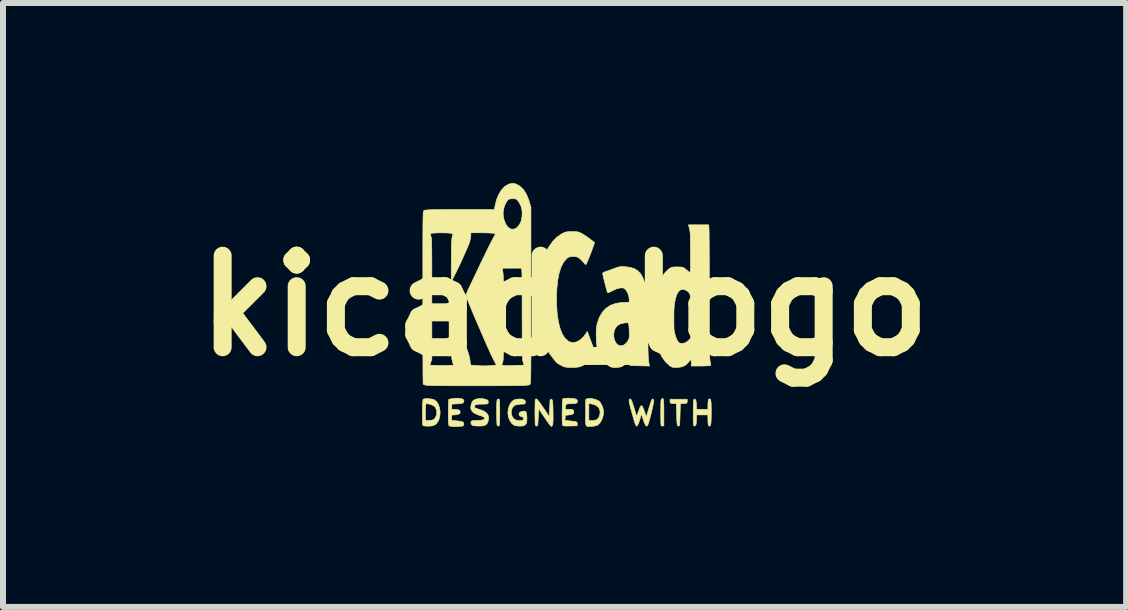
<source format=kicad_pcb>
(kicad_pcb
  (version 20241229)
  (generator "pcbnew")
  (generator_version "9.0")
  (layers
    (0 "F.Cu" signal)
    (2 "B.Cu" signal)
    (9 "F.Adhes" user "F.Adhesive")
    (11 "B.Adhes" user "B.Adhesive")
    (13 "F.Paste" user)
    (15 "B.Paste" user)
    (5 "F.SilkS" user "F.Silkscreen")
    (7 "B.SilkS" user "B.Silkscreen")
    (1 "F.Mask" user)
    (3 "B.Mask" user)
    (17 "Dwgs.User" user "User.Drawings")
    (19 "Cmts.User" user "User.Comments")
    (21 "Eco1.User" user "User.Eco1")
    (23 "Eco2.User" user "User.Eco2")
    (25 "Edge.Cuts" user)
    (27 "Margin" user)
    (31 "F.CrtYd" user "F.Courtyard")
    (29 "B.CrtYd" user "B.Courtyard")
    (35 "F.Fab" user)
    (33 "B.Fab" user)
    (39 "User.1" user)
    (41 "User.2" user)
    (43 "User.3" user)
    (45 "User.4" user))
  (footprint "kicad_logo"
    (layer "F.Cu")
    (at 6.357 2.046)
    (property "Reference" "kicad_logo" (at 0 0 0) (layer "F.SilkS") (effects (font (size 1.524 1.524) (thickness 0.3))))
    (attr through_hole)
    (fp_poly (pts (xy 1.64 1.545) (xy 1.647 1.559) (xy 1.651 1.59) (xy 1.654 1.639) (xy 1.655 1.71) (xy 1.655 1.781) (xy 1.655 1.999) (xy 1.635 2.003) (xy 1.617 2.002) (xy 1.609 1.997) (xy 1.607 1.981) (xy 1.605 1.943) (xy 1.604 1.888) (xy 1.603 1.82) (xy 1.603 1.776) (xy 1.604 1.696) (xy 1.604 1.638) (xy 1.606 1.599) (xy 1.608 1.575) (xy 1.612 1.561) (xy 1.617 1.553) (xy 1.618 1.552) (xy 1.63 1.543) (xy 1.64 1.545)) (stroke (width 0.01) (type solid)) (fill yes) (layer "F.SilkS"))
    (fp_poly (pts (xy -1.092 1.555) (xy -1.087 1.561) (xy -1.084 1.576) (xy -1.081 1.602) (xy -1.08 1.644) (xy -1.08 1.706) (xy -1.079 1.763) (xy -1.08 1.835) (xy -1.081 1.898) (xy -1.082 1.948) (xy -1.084 1.978) (xy -1.084 1.984) (xy -1.095 2.002) (xy -1.111 2.003) (xy -1.124 1.988) (xy -1.125 1.982) (xy -1.127 1.961) (xy -1.129 1.918) (xy -1.13 1.86) (xy -1.131 1.791) (xy -1.131 1.766) (xy -1.131 1.689) (xy -1.13 1.634) (xy -1.128 1.598) (xy -1.125 1.575) (xy -1.121 1.563) (xy -1.118 1.56) (xy -1.101 1.553) (xy -1.092 1.555)) (stroke (width 0.01) (type solid)) (fill yes) (layer "F.SilkS"))
    (fp_poly (pts (xy 2.044 1.591) (xy 2.043 1.608) (xy 2.038 1.619) (xy 2.026 1.624) (xy 2.002 1.627) (xy 1.987 1.628) (xy 1.93 1.632) (xy 1.925 1.802) (xy 1.923 1.868) (xy 1.921 1.924) (xy 1.918 1.966) (xy 1.917 1.988) (xy 1.917 1.989) (xy 1.907 2.003) (xy 1.893 2.003) (xy 1.88 1.989) (xy 1.878 1.982) (xy 1.875 1.96) (xy 1.872 1.917) (xy 1.87 1.86) (xy 1.868 1.795) (xy 1.863 1.632) (xy 1.811 1.628) (xy 1.783 1.625) (xy 1.767 1.621) (xy 1.76 1.612) (xy 1.758 1.596) (xy 1.758 1.591) (xy 1.758 1.557) (xy 2.044 1.557) (xy 2.044 1.591)) (stroke (width 0.01) (type solid)) (fill yes) (layer "F.SilkS"))
    (fp_poly (pts (xy 0.443 1.544) (xy 0.484 1.552) (xy 0.524 1.563) (xy 0.559 1.578) (xy 0.58 1.593) (xy 0.605 1.626) (xy 0.628 1.672) (xy 0.644 1.722) (xy 0.651 1.767) (xy 0.651 1.768) (xy 0.644 1.83) (xy 0.624 1.891) (xy 0.595 1.944) (xy 0.559 1.981) (xy 0.546 1.99) (xy 0.522 1.998) (xy 0.488 2.005) (xy 0.449 2.009) (xy 0.412 2.01) (xy 0.383 2.008) (xy 0.371 2.005) (xy 0.362 1.997) (xy 0.356 1.981) (xy 0.352 1.954) (xy 0.35 1.912) (xy 0.405 1.912) (xy 0.461 1.912) (xy 0.494 1.909) (xy 0.524 1.902) (xy 0.544 1.892) (xy 0.572 1.859) (xy 0.585 1.826) (xy 0.593 1.774) (xy 0.586 1.728) (xy 0.565 1.691) (xy 0.53 1.661) (xy 0.482 1.642) (xy 0.458 1.636) (xy 0.405 1.627) (xy 0.405 1.912) (xy 0.35 1.912) (xy 0.35 1.911) (xy 0.35 1.85) (xy 0.351 1.766) (xy 0.351 1.752) (xy 0.353 1.559) (xy 0.38 1.547) (xy 0.406 1.543) (xy 0.443 1.544)) (stroke (width 0.01) (type solid)) (fill yes) (layer "F.SilkS"))
    (fp_poly (pts (xy 2.424 1.554) (xy 2.433 1.565) (xy 2.439 1.587) (xy 2.443 1.626) (xy 2.444 1.683) (xy 2.445 1.764) (xy 2.445 1.768) (xy 2.444 1.856) (xy 2.442 1.92) (xy 2.438 1.963) (xy 2.432 1.99) (xy 2.422 2.003) (xy 2.414 2.005) (xy 2.401 1.999) (xy 2.394 1.979) (xy 2.39 1.939) (xy 2.389 1.891) (xy 2.389 1.818) (xy 2.199 1.818) (xy 2.199 1.886) (xy 2.197 1.931) (xy 2.193 1.968) (xy 2.19 1.979) (xy 2.177 2.001) (xy 2.161 2.003) (xy 2.149 1.986) (xy 2.147 1.975) (xy 2.146 1.951) (xy 2.145 1.907) (xy 2.144 1.846) (xy 2.145 1.777) (xy 2.145 1.751) (xy 2.146 1.676) (xy 2.147 1.623) (xy 2.149 1.588) (xy 2.151 1.568) (xy 2.156 1.558) (xy 2.162 1.554) (xy 2.165 1.553) (xy 2.181 1.561) (xy 2.193 1.593) (xy 2.198 1.646) (xy 2.199 1.672) (xy 2.199 1.725) (xy 2.389 1.725) (xy 2.389 1.659) (xy 2.391 1.602) (xy 2.396 1.568) (xy 2.405 1.553) (xy 2.412 1.551) (xy 2.424 1.554)) (stroke (width 0.01) (type solid)) (fill yes) (layer "F.SilkS"))
    (fp_poly (pts (xy 1.098 1.553) (xy 1.108 1.562) (xy 1.12 1.586) (xy 1.135 1.628) (xy 1.155 1.691) (xy 1.158 1.701) (xy 1.201 1.844) (xy 1.234 1.754) (xy 1.252 1.705) (xy 1.267 1.675) (xy 1.28 1.663) (xy 1.293 1.671) (xy 1.308 1.699) (xy 1.328 1.75) (xy 1.347 1.804) (xy 1.364 1.849) (xy 1.408 1.699) (xy 1.428 1.636) (xy 1.442 1.593) (xy 1.452 1.568) (xy 1.461 1.556) (xy 1.469 1.553) (xy 1.471 1.553) (xy 1.484 1.563) (xy 1.487 1.589) (xy 1.487 1.593) (xy 1.483 1.617) (xy 1.474 1.66) (xy 1.462 1.716) (xy 1.447 1.778) (xy 1.431 1.841) (xy 1.415 1.899) (xy 1.402 1.946) (xy 1.392 1.976) (xy 1.378 2.001) (xy 1.363 2.003) (xy 1.345 1.981) (xy 1.325 1.935) (xy 1.313 1.9) (xy 1.28 1.802) (xy 1.263 1.864) (xy 1.244 1.929) (xy 1.225 1.976) (xy 1.208 2.001) (xy 1.199 2.005) (xy 1.191 1.996) (xy 1.178 1.969) (xy 1.162 1.92) (xy 1.141 1.848) (xy 1.141 1.848) (xy 1.115 1.754) (xy 1.095 1.682) (xy 1.083 1.628) (xy 1.076 1.591) (xy 1.076 1.567) (xy 1.081 1.555) (xy 1.092 1.552) (xy 1.098 1.553)) (stroke (width 0.01) (type solid)) (fill yes) (layer "F.SilkS"))
    (fp_poly (pts (xy -2.254 1.548) (xy -2.218 1.553) (xy -2.188 1.56) (xy -2.173 1.565) (xy -2.133 1.595) (xy -2.103 1.642) (xy -2.083 1.7) (xy -2.073 1.765) (xy -2.077 1.831) (xy -2.093 1.894) (xy -2.101 1.913) (xy -2.125 1.952) (xy -2.152 1.978) (xy -2.186 1.995) (xy -2.23 2.003) (xy -2.272 2.005) (xy -2.313 2.004) (xy -2.343 2) (xy -2.36 1.994) (xy -2.362 1.991) (xy -2.365 1.97) (xy -2.366 1.929) (xy -2.367 1.873) (xy -2.368 1.809) (xy -2.367 1.779) (xy -2.318 1.779) (xy -2.318 1.914) (xy -2.251 1.91) (xy -2.214 1.906) (xy -2.188 1.898) (xy -2.17 1.886) (xy -2.162 1.877) (xy -2.138 1.834) (xy -2.128 1.786) (xy -2.133 1.738) (xy -2.152 1.694) (xy -2.159 1.684) (xy -2.18 1.667) (xy -2.209 1.652) (xy -2.242 1.64) (xy -2.273 1.633) (xy -2.297 1.632) (xy -2.305 1.635) (xy -2.311 1.643) (xy -2.315 1.661) (xy -2.317 1.694) (xy -2.318 1.746) (xy -2.318 1.779) (xy -2.367 1.779) (xy -2.367 1.742) (xy -2.366 1.678) (xy -2.364 1.622) (xy -2.361 1.581) (xy -2.358 1.561) (xy -2.358 1.56) (xy -2.345 1.552) (xy -2.321 1.548) (xy -2.289 1.547) (xy -2.254 1.548)) (stroke (width 0.01) (type solid)) (fill yes) (layer "F.SilkS"))
    (fp_poly (pts (xy -1.746 1.541) (xy -1.711 1.548) (xy -1.688 1.56) (xy -1.679 1.574) (xy -1.677 1.595) (xy -1.684 1.611) (xy -1.702 1.622) (xy -1.731 1.629) (xy -1.775 1.633) (xy -1.786 1.633) (xy -1.877 1.638) (xy -1.88 1.681) (xy -1.882 1.723) (xy -1.817 1.727) (xy -1.783 1.731) (xy -1.761 1.736) (xy -1.748 1.745) (xy -1.743 1.754) (xy -1.739 1.778) (xy -1.747 1.796) (xy -1.769 1.808) (xy -1.806 1.815) (xy -1.818 1.816) (xy -1.881 1.821) (xy -1.881 1.908) (xy -1.786 1.918) (xy -1.74 1.924) (xy -1.708 1.931) (xy -1.688 1.941) (xy -1.679 1.955) (xy -1.678 1.974) (xy -1.679 1.984) (xy -1.692 2.001) (xy -1.713 2.006) (xy -1.738 2.007) (xy -1.77 2.009) (xy -1.79 2.011) (xy -1.826 2.012) (xy -1.865 2.011) (xy -1.883 2.009) (xy -1.909 2.005) (xy -1.923 1.999) (xy -1.929 1.985) (xy -1.933 1.961) (xy -1.933 1.96) (xy -1.935 1.932) (xy -1.936 1.886) (xy -1.936 1.828) (xy -1.936 1.764) (xy -1.935 1.7) (xy -1.933 1.642) (xy -1.932 1.595) (xy -1.93 1.566) (xy -1.929 1.559) (xy -1.919 1.556) (xy -1.898 1.551) (xy -1.868 1.546) (xy -1.848 1.543) (xy -1.793 1.539) (xy -1.746 1.541)) (stroke (width 0.01) (type solid)) (fill yes) (layer "F.SilkS"))
    (fp_poly (pts (xy 0.117 1.541) (xy 0.154 1.545) (xy 0.171 1.549) (xy 0.196 1.557) (xy 0.209 1.569) (xy 0.213 1.583) (xy 0.213 1.603) (xy 0.205 1.617) (xy 0.188 1.625) (xy 0.159 1.629) (xy 0.118 1.631) (xy 0.076 1.632) (xy 0.047 1.635) (xy 0.029 1.641) (xy 0.02 1.653) (xy 0.016 1.671) (xy 0.016 1.686) (xy 0.016 1.725) (xy 0.079 1.725) (xy 0.112 1.725) (xy 0.132 1.729) (xy 0.144 1.737) (xy 0.15 1.749) (xy 0.155 1.775) (xy 0.149 1.794) (xy 0.131 1.806) (xy 0.099 1.815) (xy 0.078 1.818) (xy 0.012 1.825) (xy 0.01 1.866) (xy 0.007 1.908) (xy 0.109 1.92) (xy 0.15 1.925) (xy 0.179 1.929) (xy 0.196 1.934) (xy 0.206 1.94) (xy 0.21 1.949) (xy 0.21 1.962) (xy 0.21 1.965) (xy 0.21 1.999) (xy 0.09 2.002) (xy 0.043 2.003) (xy 0.01 2.003) (xy -0.012 2.001) (xy -0.025 1.997) (xy -0.032 1.991) (xy -0.035 1.984) (xy -0.037 1.959) (xy -0.039 1.915) (xy -0.04 1.857) (xy -0.04 1.791) (xy -0.039 1.724) (xy -0.038 1.661) (xy -0.036 1.607) (xy -0.033 1.57) (xy -0.03 1.553) (xy -0.018 1.546) (xy 0.006 1.542) (xy 0.039 1.539) (xy 0.077 1.539) (xy 0.117 1.541)) (stroke (width 0.01) (type solid)) (fill yes) (layer "F.SilkS"))
    (fp_poly (pts (xy -0.681 1.561) (xy -0.659 1.578) (xy -0.652 1.603) (xy -0.652 1.609) (xy -0.655 1.623) (xy -0.661 1.631) (xy -0.674 1.636) (xy -0.698 1.638) (xy -0.726 1.638) (xy -0.781 1.643) (xy -0.822 1.655) (xy -0.852 1.676) (xy -0.873 1.707) (xy -0.888 1.756) (xy -0.887 1.804) (xy -0.872 1.847) (xy -0.842 1.884) (xy -0.841 1.885) (xy -0.817 1.899) (xy -0.787 1.909) (xy -0.754 1.913) (xy -0.724 1.912) (xy -0.7 1.906) (xy -0.686 1.894) (xy -0.685 1.89) (xy -0.686 1.866) (xy -0.701 1.85) (xy -0.723 1.845) (xy -0.743 1.837) (xy -0.754 1.824) (xy -0.759 1.8) (xy -0.749 1.779) (xy -0.726 1.764) (xy -0.697 1.756) (xy -0.665 1.754) (xy -0.644 1.765) (xy -0.632 1.793) (xy -0.628 1.841) (xy -0.627 1.873) (xy -0.628 1.918) (xy -0.631 1.945) (xy -0.639 1.963) (xy -0.653 1.979) (xy -0.67 1.993) (xy -0.691 2.001) (xy -0.72 2.004) (xy -0.746 2.004) (xy -0.781 2.002) (xy -0.813 1.997) (xy -0.837 1.991) (xy -0.84 1.99) (xy -0.88 1.959) (xy -0.912 1.911) (xy -0.935 1.852) (xy -0.944 1.786) (xy -0.944 1.775) (xy -0.937 1.715) (xy -0.917 1.657) (xy -0.888 1.608) (xy -0.873 1.592) (xy -0.85 1.573) (xy -0.824 1.562) (xy -0.79 1.555) (xy -0.768 1.553) (xy -0.717 1.553) (xy -0.681 1.561)) (stroke (width 0.01) (type solid)) (fill yes) (layer "F.SilkS"))
    (fp_poly (pts (xy -0.463 1.554) (xy -0.448 1.57) (xy -0.425 1.597) (xy -0.396 1.637) (xy -0.358 1.693) (xy -0.309 1.765) (xy -0.302 1.775) (xy -0.255 1.846) (xy -0.251 1.762) (xy -0.248 1.705) (xy -0.245 1.648) (xy -0.244 1.618) (xy -0.242 1.58) (xy -0.237 1.563) (xy -0.227 1.558) (xy -0.222 1.557) (xy -0.212 1.56) (xy -0.204 1.571) (xy -0.199 1.593) (xy -0.195 1.63) (xy -0.193 1.686) (xy -0.192 1.763) (xy -0.191 1.806) (xy -0.191 1.877) (xy -0.192 1.927) (xy -0.194 1.959) (xy -0.198 1.98) (xy -0.203 1.993) (xy -0.205 1.997) (xy -0.215 2.008) (xy -0.224 2.008) (xy -0.237 1.994) (xy -0.252 1.975) (xy -0.273 1.946) (xy -0.302 1.905) (xy -0.334 1.858) (xy -0.366 1.811) (xy -0.394 1.77) (xy -0.414 1.739) (xy -0.417 1.735) (xy -0.424 1.724) (xy -0.429 1.723) (xy -0.432 1.734) (xy -0.434 1.763) (xy -0.436 1.812) (xy -0.437 1.842) (xy -0.44 1.9) (xy -0.443 1.949) (xy -0.446 1.981) (xy -0.448 1.99) (xy -0.461 2.004) (xy -0.477 2.001) (xy -0.488 1.983) (xy -0.488 1.983) (xy -0.49 1.961) (xy -0.491 1.919) (xy -0.492 1.864) (xy -0.493 1.8) (xy -0.493 1.734) (xy -0.492 1.671) (xy -0.491 1.618) (xy -0.49 1.58) (xy -0.488 1.564) (xy -0.482 1.553) (xy -0.475 1.549) (xy -0.463 1.554)) (stroke (width 0.01) (type solid)) (fill yes) (layer "F.SilkS"))
    (fp_poly (pts (xy -1.373 1.546) (xy -1.344 1.551) (xy -1.308 1.56) (xy -1.286 1.57) (xy -1.274 1.582) (xy -1.271 1.599) (xy -1.271 1.613) (xy -1.274 1.623) (xy -1.281 1.63) (xy -1.294 1.635) (xy -1.317 1.637) (xy -1.351 1.638) (xy -1.369 1.638) (xy -1.42 1.639) (xy -1.457 1.643) (xy -1.482 1.65) (xy -1.495 1.661) (xy -1.5 1.675) (xy -1.5 1.678) (xy -1.499 1.687) (xy -1.495 1.695) (xy -1.485 1.702) (xy -1.467 1.71) (xy -1.437 1.72) (xy -1.399 1.732) (xy -1.343 1.755) (xy -1.302 1.783) (xy -1.277 1.816) (xy -1.265 1.856) (xy -1.269 1.903) (xy -1.273 1.92) (xy -1.286 1.954) (xy -1.306 1.979) (xy -1.335 1.994) (xy -1.374 2.002) (xy -1.426 2.003) (xy -1.463 2.002) (xy -1.496 2) (xy -1.52 1.998) (xy -1.529 1.996) (xy -1.55 1.98) (xy -1.56 1.955) (xy -1.559 1.933) (xy -1.555 1.924) (xy -1.545 1.918) (xy -1.527 1.914) (xy -1.499 1.912) (xy -1.458 1.911) (xy -1.407 1.909) (xy -1.368 1.902) (xy -1.342 1.893) (xy -1.329 1.881) (xy -1.33 1.868) (xy -1.345 1.854) (xy -1.375 1.839) (xy -1.397 1.832) (xy -1.455 1.812) (xy -1.499 1.791) (xy -1.53 1.768) (xy -1.548 1.745) (xy -1.56 1.718) (xy -1.563 1.692) (xy -1.559 1.662) (xy -1.549 1.622) (xy -1.533 1.59) (xy -1.532 1.588) (xy -1.505 1.567) (xy -1.468 1.553) (xy -1.422 1.546) (xy -1.373 1.546)) (stroke (width 0.01) (type solid)) (fill yes) (layer "F.SilkS"))
    (fp_poly (pts (xy 0.172 -1.236) (xy 0.206 -1.234) (xy 0.232 -1.229) (xy 0.257 -1.22) (xy 0.283 -1.207) (xy 0.306 -1.194) (xy 0.347 -1.168) (xy 0.392 -1.138) (xy 0.431 -1.108) (xy 0.438 -1.103) (xy 0.5 -1.053) (xy 0.481 -0.996) (xy 0.465 -0.952) (xy 0.446 -0.899) (xy 0.424 -0.843) (xy 0.403 -0.789) (xy 0.383 -0.743) (xy 0.369 -0.709) (xy 0.361 -0.695) (xy 0.351 -0.688) (xy 0.338 -0.697) (xy 0.326 -0.713) (xy 0.305 -0.737) (xy 0.278 -0.765) (xy 0.256 -0.784) (xy 0.23 -0.804) (xy 0.207 -0.815) (xy 0.181 -0.82) (xy 0.145 -0.822) (xy 0.143 -0.822) (xy 0.106 -0.82) (xy 0.079 -0.814) (xy 0.056 -0.803) (xy 0.035 -0.786) (xy -0.015 -0.728) (xy -0.056 -0.651) (xy -0.088 -0.553) (xy -0.112 -0.434) (xy -0.127 -0.294) (xy -0.133 -0.174) (xy -0.132 -0.011) (xy -0.122 0.135) (xy -0.103 0.265) (xy -0.075 0.375) (xy -0.039 0.467) (xy 0.006 0.537) (xy 0.059 0.586) (xy 0.09 0.603) (xy 0.143 0.612) (xy 0.2 0.601) (xy 0.258 0.57) (xy 0.311 0.522) (xy 0.347 0.476) (xy 0.379 0.427) (xy 0.451 0.618) (xy 0.477 0.689) (xy 0.495 0.741) (xy 0.507 0.778) (xy 0.513 0.803) (xy 0.514 0.818) (xy 0.511 0.829) (xy 0.511 0.83) (xy 0.496 0.849) (xy 0.47 0.874) (xy 0.436 0.903) (xy 0.397 0.933) (xy 0.357 0.961) (xy 0.319 0.986) (xy 0.287 1.003) (xy 0.274 1.009) (xy 0.237 1.019) (xy 0.19 1.025) (xy 0.139 1.028) (xy 0.086 1.027) (xy 0.037 1.024) (xy -0.003 1.017) (xy -0.028 1.009) (xy -0.103 0.962) (xy -0.176 0.893) (xy -0.244 0.804) (xy -0.266 0.769) (xy -0.325 0.659) (xy -0.372 0.542) (xy -0.41 0.413) (xy -0.439 0.266) (xy -0.45 0.197) (xy -0.458 0.119) (xy -0.463 0.022) (xy -0.465 -0.086) (xy -0.464 -0.196) (xy -0.459 -0.302) (xy -0.452 -0.395) (xy -0.446 -0.444) (xy -0.416 -0.603) (xy -0.375 -0.745) (xy -0.322 -0.874) (xy -0.269 -0.971) (xy -0.202 -1.067) (xy -0.132 -1.141) (xy -0.055 -1.195) (xy -0.05 -1.198) (xy -0.019 -1.214) (xy 0.007 -1.225) (xy 0.032 -1.232) (xy 0.063 -1.235) (xy 0.102 -1.236) (xy 0.127 -1.236) (xy 0.172 -1.236)) (stroke (width 0.01) (type solid)) (fill yes) (layer "F.SilkS"))
    (fp_poly (pts (xy 1.007 -0.652) (xy 1.02 -0.651) (xy 1.1 -0.64) (xy 1.167 -0.618) (xy 1.222 -0.583) (xy 1.268 -0.534) (xy 1.305 -0.469) (xy 1.337 -0.386) (xy 1.347 -0.354) (xy 1.358 -0.312) (xy 1.366 -0.275) (xy 1.372 -0.235) (xy 1.376 -0.187) (xy 1.379 -0.123) (xy 1.381 -0.079) (xy 1.383 -0.015) (xy 1.385 0.069) (xy 1.387 0.168) (xy 1.388 0.276) (xy 1.389 0.387) (xy 1.389 0.468) (xy 1.39 0.588) (xy 1.39 0.685) (xy 1.392 0.763) (xy 1.394 0.825) (xy 1.397 0.874) (xy 1.401 0.916) (xy 1.406 0.952) (xy 1.409 0.973) (xy 1.415 1.003) (xy 1.091 0.996) (xy 1.089 0.947) (xy 1.087 0.899) (xy 1.041 0.944) (xy 1.01 0.973) (xy 0.977 0.997) (xy 0.957 1.01) (xy 0.93 1.019) (xy 0.896 1.025) (xy 0.859 1.028) (xy 0.822 1.028) (xy 0.792 1.024) (xy 0.771 1.017) (xy 0.768 1.015) (xy 0.757 1.007) (xy 0.754 1.009) (xy 0.748 1.007) (xy 0.731 0.995) (xy 0.707 0.976) (xy 0.705 0.975) (xy 0.644 0.909) (xy 0.594 0.827) (xy 0.556 0.731) (xy 0.554 0.723) (xy 0.542 0.681) (xy 0.535 0.645) (xy 0.531 0.609) (xy 0.529 0.562) (xy 0.528 0.497) (xy 0.528 0.495) (xy 0.528 0.464) (xy 0.82 0.464) (xy 0.822 0.528) (xy 0.837 0.582) (xy 0.862 0.625) (xy 0.895 0.654) (xy 0.933 0.666) (xy 0.974 0.66) (xy 1.004 0.643) (xy 1.031 0.617) (xy 1.055 0.583) (xy 1.059 0.577) (xy 1.07 0.556) (xy 1.076 0.536) (xy 1.079 0.511) (xy 1.079 0.472) (xy 1.078 0.425) (xy 1.076 0.371) (xy 1.072 0.327) (xy 1.069 0.299) (xy 1.068 0.295) (xy 1.061 0.286) (xy 1.046 0.282) (xy 1.02 0.283) (xy 0.994 0.286) (xy 0.931 0.301) (xy 0.882 0.329) (xy 0.847 0.37) (xy 0.826 0.424) (xy 0.82 0.464) (xy 0.528 0.464) (xy 0.528 0.428) (xy 0.53 0.38) (xy 0.534 0.343) (xy 0.541 0.308) (xy 0.549 0.278) (xy 0.584 0.183) (xy 0.632 0.104) (xy 0.692 0.04) (xy 0.764 -0.008) (xy 0.849 -0.039) (xy 0.944 -0.055) (xy 0.986 -0.056) (xy 1.026 -0.057) (xy 1.052 -0.058) (xy 1.068 -0.061) (xy 1.076 -0.067) (xy 1.079 -0.076) (xy 1.079 -0.087) (xy 1.072 -0.153) (xy 1.053 -0.214) (xy 1.025 -0.262) (xy 0.991 -0.292) (xy 0.975 -0.298) (xy 0.929 -0.299) (xy 0.87 -0.284) (xy 0.799 -0.252) (xy 0.787 -0.245) (xy 0.755 -0.229) (xy 0.735 -0.22) (xy 0.723 -0.218) (xy 0.716 -0.223) (xy 0.711 -0.235) (xy 0.704 -0.261) (xy 0.692 -0.302) (xy 0.679 -0.354) (xy 0.665 -0.409) (xy 0.652 -0.461) (xy 0.642 -0.505) (xy 0.636 -0.534) (xy 0.635 -0.542) (xy 0.642 -0.551) (xy 0.661 -0.562) (xy 0.685 -0.571) (xy 0.713 -0.581) (xy 0.752 -0.594) (xy 0.794 -0.61) (xy 0.826 -0.622) (xy 0.867 -0.637) (xy 0.9 -0.647) (xy 0.93 -0.652) (xy 0.964 -0.654) (xy 1.007 -0.652)) (stroke (width 0.01) (type solid)) (fill yes) (layer "F.SilkS"))
    (fp_poly (pts (xy 2.408 -1.26) (xy 2.409 -1.232) (xy 2.409 -1.18) (xy 2.41 -1.105) (xy 2.411 -1.011) (xy 2.411 -0.899) (xy 2.412 -0.773) (xy 2.412 -0.633) (xy 2.413 -0.482) (xy 2.413 -0.324) (xy 2.413 -0.159) (xy 2.413 -0.159) (xy 2.413 0.034) (xy 2.413 0.202) (xy 2.413 0.347) (xy 2.414 0.471) (xy 2.414 0.575) (xy 2.415 0.661) (xy 2.416 0.732) (xy 2.417 0.789) (xy 2.418 0.833) (xy 2.42 0.867) (xy 2.422 0.892) (xy 2.424 0.91) (xy 2.425 0.917) (xy 2.432 0.956) (xy 2.436 0.985) (xy 2.437 0.993) (xy 2.429 0.996) (xy 2.408 0.998) (xy 2.376 1) (xy 2.335 1.002) (xy 2.287 1.003) (xy 2.274 1.003) (xy 2.111 1.003) (xy 2.111 0.949) (xy 2.111 0.916) (xy 2.109 0.897) (xy 2.108 0.896) (xy 2.1 0.903) (xy 2.083 0.92) (xy 2.07 0.934) (xy 2.035 0.971) (xy 2.004 0.996) (xy 1.971 1.011) (xy 1.931 1.021) (xy 1.885 1.025) (xy 1.845 1.027) (xy 1.816 1.026) (xy 1.794 1.021) (xy 1.774 1.012) (xy 1.753 0.998) (xy 1.683 0.935) (xy 1.624 0.853) (xy 1.577 0.752) (xy 1.541 0.633) (xy 1.516 0.497) (xy 1.503 0.343) (xy 1.5 0.238) (xy 1.501 0.214) (xy 1.822 0.214) (xy 1.822 0.292) (xy 1.823 0.35) (xy 1.825 0.392) (xy 1.829 0.424) (xy 1.834 0.453) (xy 1.84 0.474) (xy 1.863 0.545) (xy 1.889 0.594) (xy 1.909 0.616) (xy 1.937 0.626) (xy 1.974 0.626) (xy 2.01 0.615) (xy 2.024 0.609) (xy 2.051 0.589) (xy 2.076 0.566) (xy 2.08 0.561) (xy 2.103 0.533) (xy 2.102 0.203) (xy 2.102 0.109) (xy 2.101 0.023) (xy 2.1 -0.052) (xy 2.099 -0.112) (xy 2.098 -0.153) (xy 2.097 -0.167) (xy 2.085 -0.203) (xy 2.061 -0.234) (xy 2.029 -0.257) (xy 1.992 -0.271) (xy 1.956 -0.272) (xy 1.933 -0.266) (xy 1.899 -0.238) (xy 1.871 -0.19) (xy 1.849 -0.119) (xy 1.839 -0.075) (xy 1.832 -0.031) (xy 1.827 0.011) (xy 1.824 0.059) (xy 1.822 0.12) (xy 1.822 0.199) (xy 1.822 0.214) (xy 1.501 0.214) (xy 1.505 0.066) (xy 1.519 -0.092) (xy 1.541 -0.232) (xy 1.572 -0.353) (xy 1.591 -0.405) (xy 1.627 -0.485) (xy 1.668 -0.546) (xy 1.718 -0.597) (xy 1.73 -0.607) (xy 1.753 -0.625) (xy 1.773 -0.636) (xy 1.793 -0.643) (xy 1.818 -0.647) (xy 1.852 -0.648) (xy 1.878 -0.648) (xy 1.918 -0.648) (xy 1.948 -0.646) (xy 1.97 -0.642) (xy 1.989 -0.633) (xy 2.009 -0.618) (xy 2.032 -0.599) (xy 2.06 -0.577) (xy 2.082 -0.562) (xy 2.094 -0.556) (xy 2.095 -0.557) (xy 2.096 -0.572) (xy 2.097 -0.609) (xy 2.098 -0.666) (xy 2.098 -0.739) (xy 2.099 -0.824) (xy 2.098 -0.895) (xy 2.098 -0.999) (xy 2.097 -1.08) (xy 2.096 -1.142) (xy 2.095 -1.188) (xy 2.092 -1.223) (xy 2.089 -1.249) (xy 2.085 -1.271) (xy 2.081 -1.288) (xy 2.065 -1.35) (xy 2.403 -1.35) (xy 2.408 -1.26)) (stroke (width 0.01) (type solid)) (fill yes) (layer "F.SilkS"))
    (fp_poly (pts (xy -0.816 -2.033) (xy -0.747 -1.997) (xy -0.687 -1.94) (xy -0.636 -1.861) (xy -0.595 -1.761) (xy -0.585 -1.727) (xy -0.56 -1.638) (xy -0.56 -0.178) (xy -0.56 0.052) (xy -0.56 0.256) (xy -0.56 0.436) (xy -0.56 0.594) (xy -0.56 0.732) (xy -0.56 0.85) (xy -0.561 0.95) (xy -0.561 1.034) (xy -0.562 1.104) (xy -0.563 1.16) (xy -0.564 1.204) (xy -0.565 1.238) (xy -0.566 1.263) (xy -0.568 1.281) (xy -0.569 1.293) (xy -0.571 1.301) (xy -0.573 1.306) (xy -0.574 1.306) (xy -0.577 1.31) (xy -0.581 1.313) (xy -0.588 1.316) (xy -0.599 1.319) (xy -0.613 1.321) (xy -0.633 1.323) (xy -0.659 1.325) (xy -0.692 1.326) (xy -0.733 1.328) (xy -0.783 1.329) (xy -0.843 1.329) (xy -0.913 1.33) (xy -0.995 1.331) (xy -1.089 1.331) (xy -1.196 1.332) (xy -1.318 1.332) (xy -1.423 1.332) (xy -1.538 1.332) (xy -1.649 1.332) (xy -1.755 1.332) (xy -1.855 1.332) (xy -1.948 1.331) (xy -2.033 1.33) (xy -2.108 1.33) (xy -2.173 1.329) (xy -2.226 1.327) (xy -2.267 1.326) (xy -2.293 1.325) (xy -2.304 1.324) (xy -2.33 1.317) (xy -2.349 1.309) (xy -2.356 1.304) (xy -2.357 1.29) (xy -2.357 1.25) (xy -2.358 1.188) (xy -2.359 1.104) (xy -2.359 1) (xy -2.359 0.988) (xy -2.245 0.988) (xy -2.172 0.992) (xy -2.115 0.994) (xy -2.049 0.995) (xy -1.971 0.993) (xy -1.899 0.991) (xy -1.85 0.989) (xy -1.868 0.926) (xy -1.873 0.905) (xy -1.877 0.884) (xy -1.88 0.859) (xy -1.883 0.826) (xy -1.884 0.782) (xy -1.886 0.723) (xy -1.887 0.646) (xy -1.887 0.548) (xy -1.888 0.496) (xy -1.89 0.129) (xy -1.871 0.168) (xy -1.861 0.192) (xy -1.842 0.232) (xy -1.818 0.286) (xy -1.791 0.347) (xy -1.77 0.394) (xy -1.741 0.461) (xy -1.712 0.526) (xy -1.687 0.584) (xy -1.667 0.629) (xy -1.658 0.648) (xy -1.617 0.749) (xy -1.59 0.836) (xy -1.575 0.909) (xy -1.574 0.924) (xy -1.57 0.963) (xy -1.565 0.983) (xy -1.555 0.989) (xy -1.549 0.989) (xy -1.533 0.99) (xy -1.505 0.992) (xy -1.469 0.994) (xy -1.429 0.998) (xy -1.425 0.998) (xy -1.374 1) (xy -1.317 1.001) (xy -1.263 0.999) (xy -1.228 0.996) (xy -1.15 0.988) (xy -1.046 0.988) (xy -0.985 0.994) (xy -0.949 0.996) (xy -0.904 0.996) (xy -0.86 0.995) (xy -0.845 0.994) (xy -0.805 0.992) (xy -0.765 0.991) (xy -0.731 0.99) (xy -0.72 0.99) (xy -0.674 0.989) (xy -0.69 0.936) (xy -0.694 0.924) (xy -0.697 0.91) (xy -0.699 0.893) (xy -0.701 0.87) (xy -0.703 0.838) (xy -0.704 0.797) (xy -0.705 0.742) (xy -0.706 0.673) (xy -0.706 0.586) (xy -0.706 0.48) (xy -0.706 0.352) (xy -0.707 0.199) (xy -0.707 0.178) (xy -0.707 0.041) (xy -0.707 -0.089) (xy -0.707 -0.209) (xy -0.708 -0.317) (xy -0.709 -0.41) (xy -0.709 -0.485) (xy -0.71 -0.54) (xy -0.711 -0.573) (xy -0.712 -0.578) (xy -0.716 -0.628) (xy -0.878 -0.628) (xy -0.927 -0.628) (xy -0.97 -0.628) (xy -1.004 -0.627) (xy -1.028 -0.626) (xy -1.039 -0.625) (xy -1.04 -0.625) (xy -1.037 -0.612) (xy -1.031 -0.582) (xy -1.028 -0.568) (xy -1.026 -0.552) (xy -1.023 -0.528) (xy -1.021 -0.494) (xy -1.02 -0.448) (xy -1.019 -0.389) (xy -1.018 -0.313) (xy -1.017 -0.218) (xy -1.017 -0.104) (xy -1.016 0.033) (xy -1.016 0.188) (xy -1.016 0.343) (xy -1.016 0.474) (xy -1.017 0.583) (xy -1.017 0.672) (xy -1.017 0.744) (xy -1.018 0.8) (xy -1.02 0.843) (xy -1.021 0.875) (xy -1.023 0.899) (xy -1.025 0.916) (xy -1.028 0.93) (xy -1.031 0.939) (xy -1.046 0.988) (xy -1.15 0.988) (xy -1.135 0.987) (xy -1.179 0.904) (xy -1.196 0.871) (xy -1.22 0.821) (xy -1.25 0.755) (xy -1.285 0.678) (xy -1.323 0.592) (xy -1.363 0.499) (xy -1.405 0.403) (xy -1.447 0.306) (xy -1.488 0.211) (xy -1.526 0.121) (xy -1.56 0.039) (xy -1.59 -0.033) (xy -1.613 -0.091) (xy -1.63 -0.134) (xy -1.637 -0.155) (xy -1.639 -0.169) (xy -1.638 -0.186) (xy -1.631 -0.209) (xy -1.618 -0.242) (xy -1.597 -0.288) (xy -1.571 -0.343) (xy -1.505 -0.482) (xy -1.443 -0.612) (xy -1.386 -0.732) (xy -1.333 -0.84) (xy -1.288 -0.934) (xy -1.249 -1.012) (xy -1.219 -1.071) (xy -1.205 -1.098) (xy -1.151 -1.2) (xy -1.188 -1.208) (xy -1.207 -1.211) (xy -1.239 -1.213) (xy -1.281 -1.215) (xy -1.329 -1.216) (xy -1.381 -1.217) (xy -1.393 -1.217) (xy -1.561 -1.217) (xy -1.561 -1.171) (xy -1.566 -1.132) (xy -1.576 -1.085) (xy -1.583 -1.06) (xy -1.595 -1.027) (xy -1.615 -0.978) (xy -1.642 -0.917) (xy -1.673 -0.847) (xy -1.707 -0.772) (xy -1.741 -0.697) (xy -1.775 -0.625) (xy -1.806 -0.561) (xy -1.83 -0.514) (xy -1.85 -0.474) (xy -1.868 -0.439) (xy -1.879 -0.417) (xy -1.879 -0.416) (xy -1.882 -0.413) (xy -1.885 -0.423) (xy -1.886 -0.447) (xy -1.887 -0.487) (xy -1.888 -0.547) (xy -1.888 -0.628) (xy -1.887 -0.733) (xy -1.887 -0.749) (xy -1.886 -0.86) (xy -1.885 -0.948) (xy -1.884 -1.016) (xy -1.882 -1.067) (xy -1.879 -1.104) (xy -1.876 -1.131) (xy -1.872 -1.151) (xy -1.872 -1.151) (xy -1.859 -1.2) (xy -1.895 -1.208) (xy -1.918 -1.212) (xy -1.951 -1.214) (xy -1.991 -1.215) (xy -2.036 -1.216) (xy -2.082 -1.216) (xy -2.126 -1.215) (xy -2.166 -1.213) (xy -2.199 -1.211) (xy -2.221 -1.208) (xy -2.229 -1.205) (xy -2.235 -1.192) (xy -2.232 -1.173) (xy -2.225 -1.155) (xy -2.223 -1.147) (xy -2.22 -1.137) (xy -2.218 -1.122) (xy -2.216 -1.102) (xy -2.215 -1.074) (xy -2.214 -1.036) (xy -2.213 -0.986) (xy -2.212 -0.923) (xy -2.212 -0.845) (xy -2.211 -0.75) (xy -2.211 -0.636) (xy -2.211 -0.502) (xy -2.211 -0.344) (xy -2.211 -0.163) (xy -2.211 0.889) (xy -2.228 0.939) (xy -2.245 0.988) (xy -2.359 0.988) (xy -2.36 0.878) (xy -2.36 0.74) (xy -2.361 0.587) (xy -2.361 0.422) (xy -2.361 0.245) (xy -2.361 0.059) (xy -2.361 -0.134) (xy -2.361 -0.136) (xy -2.361 -0.362) (xy -2.361 -0.564) (xy -2.361 -0.741) (xy -2.361 -0.897) (xy -2.361 -1.031) (xy -2.361 -1.147) (xy -2.36 -1.244) (xy -2.36 -1.326) (xy -2.359 -1.393) (xy -2.358 -1.447) (xy -2.357 -1.489) (xy -2.356 -1.521) (xy -2.355 -1.537) (xy -1.024 -1.537) (xy -1.02 -1.497) (xy -1.011 -1.448) (xy -1.004 -1.423) (xy -0.976 -1.355) (xy -0.939 -1.307) (xy -0.896 -1.28) (xy -0.849 -1.276) (xy -0.803 -1.296) (xy -0.792 -1.304) (xy -0.751 -1.352) (xy -0.723 -1.412) (xy -0.709 -1.487) (xy -0.706 -1.542) (xy -0.711 -1.606) (xy -0.726 -1.662) (xy -0.753 -1.715) (xy -0.773 -1.743) (xy -0.79 -1.765) (xy -0.805 -1.777) (xy -0.824 -1.783) (xy -0.852 -1.785) (xy -0.864 -1.785) (xy -0.898 -1.783) (xy -0.922 -1.778) (xy -0.94 -1.767) (xy -0.955 -1.751) (xy -0.981 -1.71) (xy -1.004 -1.652) (xy -1.019 -1.59) (xy -1.024 -1.537) (xy -2.355 -1.537) (xy -2.355 -1.545) (xy -2.353 -1.561) (xy -2.352 -1.572) (xy -2.35 -1.579) (xy -2.347 -1.583) (xy -2.346 -1.585) (xy -2.341 -1.589) (xy -2.332 -1.592) (xy -2.317 -1.595) (xy -2.296 -1.597) (xy -2.268 -1.599) (xy -2.231 -1.601) (xy -2.185 -1.602) (xy -2.128 -1.603) (xy -2.06 -1.603) (xy -1.979 -1.604) (xy -1.884 -1.604) (xy -1.775 -1.604) (xy -1.75 -1.604) (xy -1.169 -1.604) (xy -1.159 -1.661) (xy -1.134 -1.766) (xy -1.096 -1.857) (xy -1.05 -1.932) (xy -0.996 -1.989) (xy -0.936 -2.026) (xy -0.874 -2.041) (xy -0.816 -2.033)) (stroke (width 0.01) (type solid)) (fill yes) (layer "F.SilkS")))
  (gr_rect
    (start -3 -3)
    (end 15.715 7.063)
    (stroke (width 0.1) (type default))
    (fill no)
    (layer "Edge.Cuts")))
</source>
